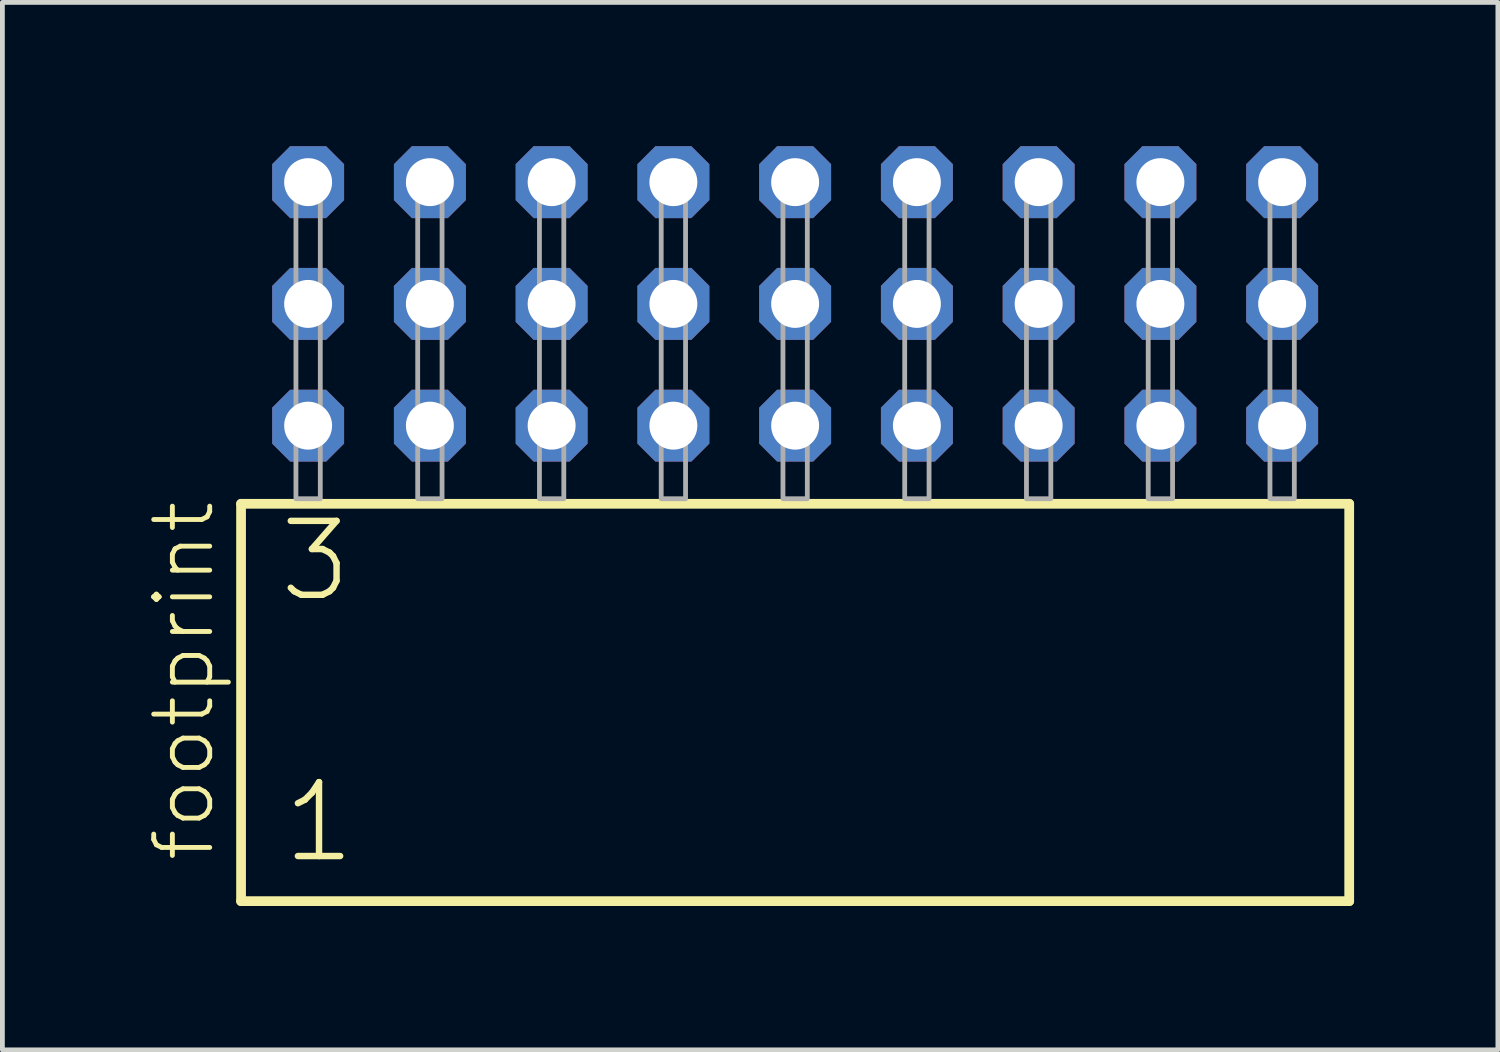
<source format=kicad_pcb>
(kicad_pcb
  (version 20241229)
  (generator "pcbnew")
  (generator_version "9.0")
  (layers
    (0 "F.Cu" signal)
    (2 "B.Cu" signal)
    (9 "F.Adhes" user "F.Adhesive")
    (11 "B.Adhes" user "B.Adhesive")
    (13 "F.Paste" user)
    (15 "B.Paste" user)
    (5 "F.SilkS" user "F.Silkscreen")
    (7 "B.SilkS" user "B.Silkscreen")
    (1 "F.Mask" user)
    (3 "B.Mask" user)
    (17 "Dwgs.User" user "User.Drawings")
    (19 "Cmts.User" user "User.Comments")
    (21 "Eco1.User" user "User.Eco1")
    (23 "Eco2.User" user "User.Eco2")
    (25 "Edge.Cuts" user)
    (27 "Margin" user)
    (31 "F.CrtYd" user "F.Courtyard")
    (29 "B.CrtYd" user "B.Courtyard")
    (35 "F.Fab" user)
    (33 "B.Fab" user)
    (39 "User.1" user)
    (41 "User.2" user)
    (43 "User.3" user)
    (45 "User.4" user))
  (footprint "footprint"
    (layer "F.Cu")
    (at 13.538 7.354)
    (property "Reference" "footprint" (at -12.065 7.62 90) (layer "F.SilkS") (effects (font (size 1.168 1.168) (thickness 0.102)) (justify left bottom)))
    (fp_line (start -11.559 0.106) (end -11.559 8.396) (stroke (width 0.203) (type solid)) (layer "F.SilkS"))
    (fp_line (start -11.559 8.396) (end 11.559 8.396) (stroke (width 0.203) (type solid)) (layer "F.SilkS"))
    (fp_line (start 11.559 0.106) (end -11.559 0.106) (stroke (width 0.203) (type solid)) (layer "F.SilkS"))
    (fp_line (start 11.559 8.396) (end 11.559 0.106) (stroke (width 0.203) (type solid)) (layer "F.SilkS"))
    (fp_poly (pts (xy -10.414 0) (xy -9.906 0) (xy -9.906 -6.858) (xy -10.414 -6.858)) (stroke (width 0.1) (type solid)) (fill no) (layer "F.Fab"))
    (fp_poly (pts (xy -7.874 0) (xy -7.366 0) (xy -7.366 -6.858) (xy -7.874 -6.858)) (stroke (width 0.1) (type solid)) (fill no) (layer "F.Fab"))
    (fp_poly (pts (xy -5.334 0) (xy -4.826 0) (xy -4.826 -6.858) (xy -5.334 -6.858)) (stroke (width 0.1) (type solid)) (fill no) (layer "F.Fab"))
    (fp_poly (pts (xy -2.794 0) (xy -2.286 0) (xy -2.286 -6.858) (xy -2.794 -6.858)) (stroke (width 0.1) (type solid)) (fill no) (layer "F.Fab"))
    (fp_poly (pts (xy -0.254 0) (xy 0.254 0) (xy 0.254 -6.858) (xy -0.254 -6.858)) (stroke (width 0.1) (type solid)) (fill no) (layer "F.Fab"))
    (fp_poly (pts (xy 2.286 0) (xy 2.794 0) (xy 2.794 -6.858) (xy 2.286 -6.858)) (stroke (width 0.1) (type solid)) (fill no) (layer "F.Fab"))
    (fp_poly (pts (xy 4.826 0) (xy 5.334 0) (xy 5.334 -6.858) (xy 4.826 -6.858)) (stroke (width 0.1) (type solid)) (fill no) (layer "F.Fab"))
    (fp_poly (pts (xy 7.366 0) (xy 7.874 0) (xy 7.874 -6.858) (xy 7.366 -6.858)) (stroke (width 0.1) (type solid)) (fill no) (layer "F.Fab"))
    (fp_poly (pts (xy 9.906 0) (xy 10.414 0) (xy 10.414 -6.858) (xy 9.906 -6.858)) (stroke (width 0.1) (type solid)) (fill no) (layer "F.Fab"))
    (fp_text user "3" (at -10.83 2.2 0) (layer "F.SilkS") (effects (font (size 1.542 1.542) (thickness 0.134)) (justify left bottom)))
    (fp_text user "1" (at -10.755 7.65 0) (layer "F.SilkS") (effects (font (size 1.542 1.542) (thickness 0.134)) (justify left bottom)))
    (pad "1" thru_hole roundrect (at -10.16 -1.524) (size 1.5 1.5) (drill 1) (layers "*.Cu" "*.Mask") (roundrect_rratio 0.25) (chamfer_ratio 0.25) (chamfer top_left top_right bottom_left bottom_right))
    (pad "2" thru_hole roundrect (at -10.16 -4.064) (size 1.5 1.5) (drill 1) (layers "*.Cu" "*.Mask") (roundrect_rratio 0.25) (chamfer_ratio 0.25) (chamfer top_left top_right bottom_left bottom_right))
    (pad "3" thru_hole roundrect (at -10.16 -6.604) (size 1.5 1.5) (drill 1) (layers "*.Cu" "*.Mask") (roundrect_rratio 0.25) (chamfer_ratio 0.25) (chamfer top_left top_right bottom_left bottom_right))
    (pad "4" thru_hole roundrect (at -7.62 -1.524) (size 1.5 1.5) (drill 1) (layers "*.Cu" "*.Mask") (roundrect_rratio 0.25) (chamfer_ratio 0.25) (chamfer top_left top_right bottom_left bottom_right))
    (pad "5" thru_hole roundrect (at -7.62 -4.064) (size 1.5 1.5) (drill 1) (layers "*.Cu" "*.Mask") (roundrect_rratio 0.25) (chamfer_ratio 0.25) (chamfer top_left top_right bottom_left bottom_right))
    (pad "6" thru_hole roundrect (at -7.62 -6.604) (size 1.5 1.5) (drill 1) (layers "*.Cu" "*.Mask") (roundrect_rratio 0.25) (chamfer_ratio 0.25) (chamfer top_left top_right bottom_left bottom_right))
    (pad "7" thru_hole roundrect (at -5.08 -1.524) (size 1.5 1.5) (drill 1) (layers "*.Cu" "*.Mask") (roundrect_rratio 0.25) (chamfer_ratio 0.25) (chamfer top_left top_right bottom_left bottom_right))
    (pad "8" thru_hole roundrect (at -5.08 -4.064) (size 1.5 1.5) (drill 1) (layers "*.Cu" "*.Mask") (roundrect_rratio 0.25) (chamfer_ratio 0.25) (chamfer top_left top_right bottom_left bottom_right))
    (pad "9" thru_hole roundrect (at -5.08 -6.604) (size 1.5 1.5) (drill 1) (layers "*.Cu" "*.Mask") (roundrect_rratio 0.25) (chamfer_ratio 0.25) (chamfer top_left top_right bottom_left bottom_right))
    (pad "10" thru_hole roundrect (at -2.54 -1.524) (size 1.5 1.5) (drill 1) (layers "*.Cu" "*.Mask") (roundrect_rratio 0.25) (chamfer_ratio 0.25) (chamfer top_left top_right bottom_left bottom_right))
    (pad "11" thru_hole roundrect (at -2.54 -4.064) (size 1.5 1.5) (drill 1) (layers "*.Cu" "*.Mask") (roundrect_rratio 0.25) (chamfer_ratio 0.25) (chamfer top_left top_right bottom_left bottom_right))
    (pad "12" thru_hole roundrect (at -2.54 -6.604) (size 1.5 1.5) (drill 1) (layers "*.Cu" "*.Mask") (roundrect_rratio 0.25) (chamfer_ratio 0.25) (chamfer top_left top_right bottom_left bottom_right))
    (pad "13" thru_hole roundrect (at 0 -1.524) (size 1.5 1.5) (drill 1) (layers "*.Cu" "*.Mask") (roundrect_rratio 0.25) (chamfer_ratio 0.25) (chamfer top_left top_right bottom_left bottom_right))
    (pad "14" thru_hole roundrect (at 0 -4.064) (size 1.5 1.5) (drill 1) (layers "*.Cu" "*.Mask") (roundrect_rratio 0.25) (chamfer_ratio 0.25) (chamfer top_left top_right bottom_left bottom_right))
    (pad "15" thru_hole roundrect (at 0 -6.604) (size 1.5 1.5) (drill 1) (layers "*.Cu" "*.Mask") (roundrect_rratio 0.25) (chamfer_ratio 0.25) (chamfer top_left top_right bottom_left bottom_right))
    (pad "16" thru_hole roundrect (at 2.54 -1.524) (size 1.5 1.5) (drill 1) (layers "*.Cu" "*.Mask") (roundrect_rratio 0.25) (chamfer_ratio 0.25) (chamfer top_left top_right bottom_left bottom_right))
    (pad "17" thru_hole roundrect (at 2.54 -4.064) (size 1.5 1.5) (drill 1) (layers "*.Cu" "*.Mask") (roundrect_rratio 0.25) (chamfer_ratio 0.25) (chamfer top_left top_right bottom_left bottom_right))
    (pad "18" thru_hole roundrect (at 2.54 -6.604) (size 1.5 1.5) (drill 1) (layers "*.Cu" "*.Mask") (roundrect_rratio 0.25) (chamfer_ratio 0.25) (chamfer top_left top_right bottom_left bottom_right))
    (pad "19" thru_hole roundrect (at 5.08 -1.524) (size 1.5 1.5) (drill 1) (layers "*.Cu" "*.Mask") (roundrect_rratio 0.25) (chamfer_ratio 0.25) (chamfer top_left top_right bottom_left bottom_right))
    (pad "20" thru_hole roundrect (at 5.08 -4.064) (size 1.5 1.5) (drill 1) (layers "*.Cu" "*.Mask") (roundrect_rratio 0.25) (chamfer_ratio 0.25) (chamfer top_left top_right bottom_left bottom_right))
    (pad "21" thru_hole roundrect (at 5.08 -6.604) (size 1.5 1.5) (drill 1) (layers "*.Cu" "*.Mask") (roundrect_rratio 0.25) (chamfer_ratio 0.25) (chamfer top_left top_right bottom_left bottom_right))
    (pad "22" thru_hole roundrect (at 7.62 -1.524) (size 1.5 1.5) (drill 1) (layers "*.Cu" "*.Mask") (roundrect_rratio 0.25) (chamfer_ratio 0.25) (chamfer top_left top_right bottom_left bottom_right))
    (pad "23" thru_hole roundrect (at 7.62 -4.064) (size 1.5 1.5) (drill 1) (layers "*.Cu" "*.Mask") (roundrect_rratio 0.25) (chamfer_ratio 0.25) (chamfer top_left top_right bottom_left bottom_right))
    (pad "24" thru_hole roundrect (at 7.62 -6.604) (size 1.5 1.5) (drill 1) (layers "*.Cu" "*.Mask") (roundrect_rratio 0.25) (chamfer_ratio 0.25) (chamfer top_left top_right bottom_left bottom_right))
    (pad "25" thru_hole roundrect (at 10.16 -1.524) (size 1.5 1.5) (drill 1) (layers "*.Cu" "*.Mask") (roundrect_rratio 0.25) (chamfer_ratio 0.25) (chamfer top_left top_right bottom_left bottom_right))
    (pad "26" thru_hole roundrect (at 10.16 -4.064) (size 1.5 1.5) (drill 1) (layers "*.Cu" "*.Mask") (roundrect_rratio 0.25) (chamfer_ratio 0.25) (chamfer top_left top_right bottom_left bottom_right))
    (pad "27" thru_hole roundrect (at 10.16 -6.604) (size 1.5 1.5) (drill 1) (layers "*.Cu" "*.Mask") (roundrect_rratio 0.25) (chamfer_ratio 0.25) (chamfer top_left top_right bottom_left bottom_right)))
  (gr_rect
    (start -3 -3)
    (end 28.199 18.852)
    (stroke (width 0.1) (type default))
    (fill no)
    (layer "Edge.Cuts")))
</source>
